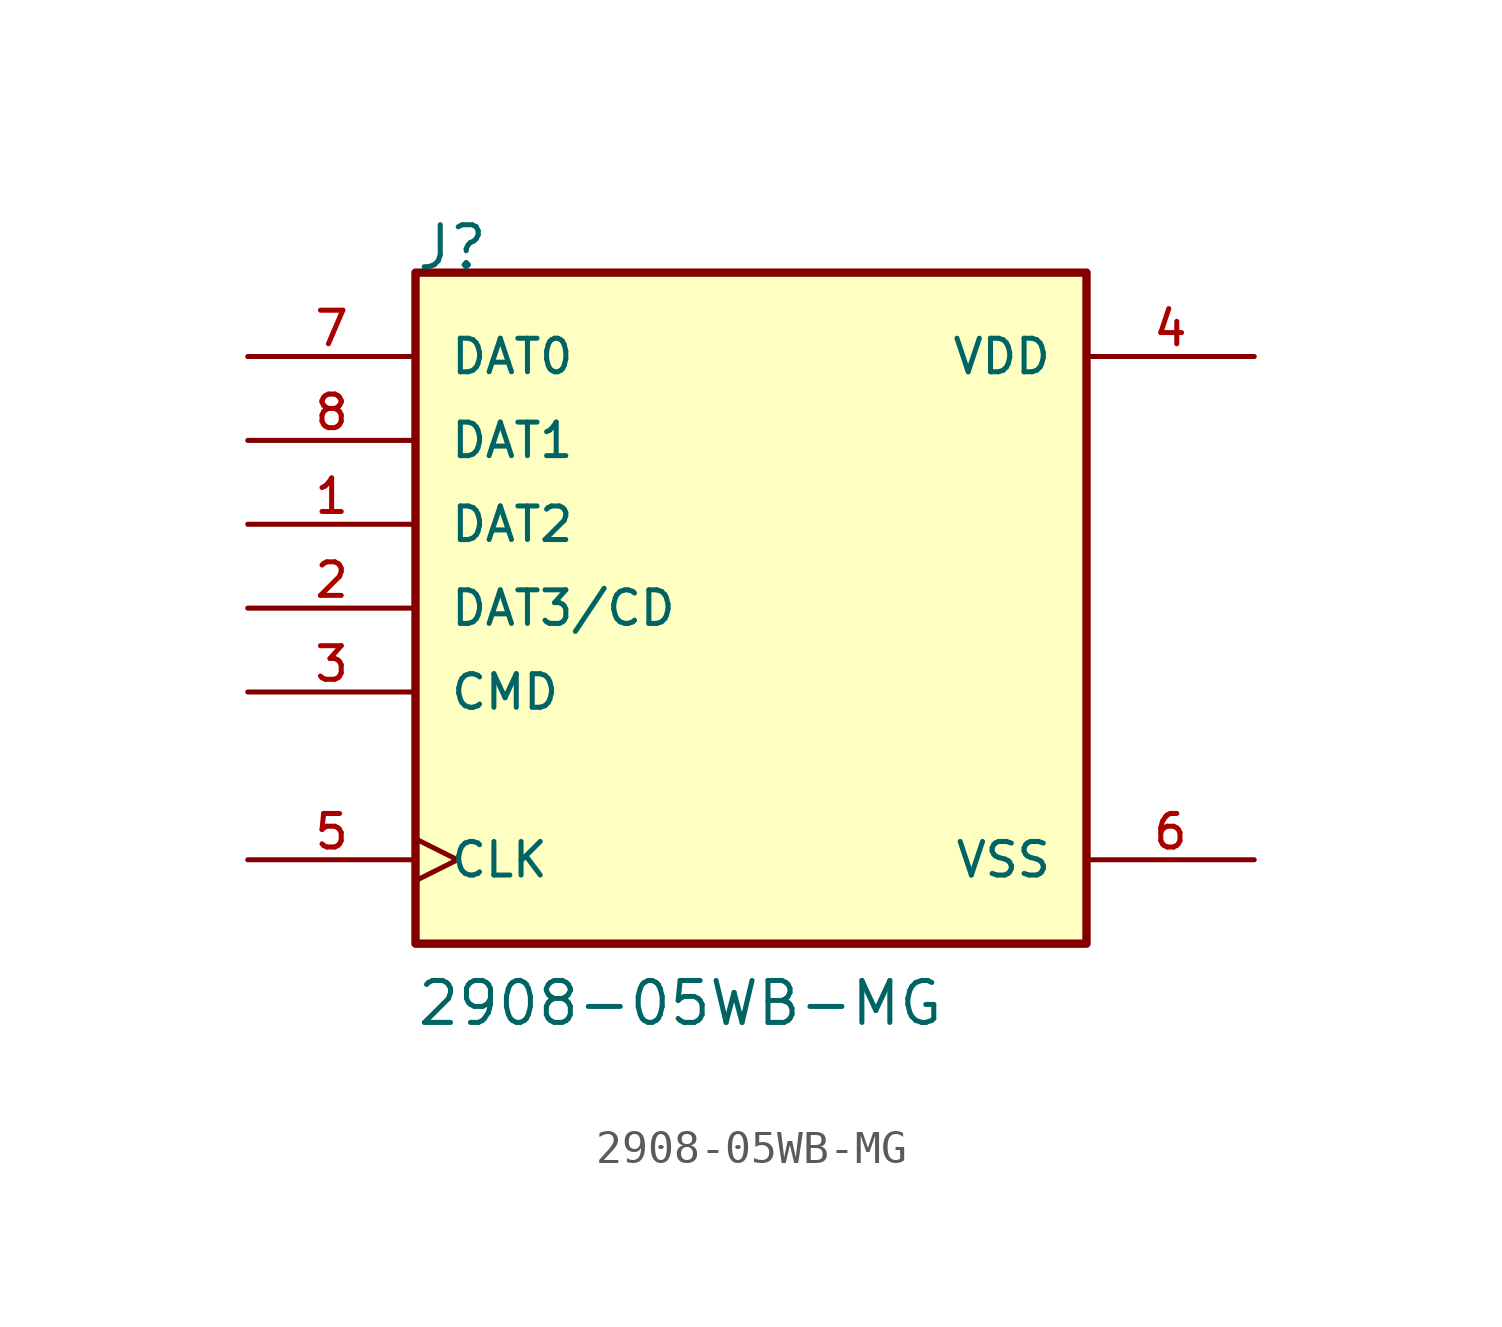
<source format=kicad_sym>
(kicad_symbol_lib
  (version 20211014)
  (generator kicad_symbol_editor)
  (symbol "2908-05WB-MG"
    (pin_names
      (offset 1.016))
    (property "Reference" "J"
      (at -10.176 10.176 0)
      (effects (font (size 1.27 1.27)) (justify bottom left)))
    (property "Value" "2908-05WB-MG"
      (at -10.168 -12.709 0)
      (effects (font (size 1.27 1.27)) (justify bottom left)))
    (symbol "2908-05WB-MG_0_0"
      (rectangle (start -10.16 -10.16) (end 10.16 10.16) (stroke (width 0.254)) (fill (type background)))
      (pin bidirectional line (at -15.24 2.54 0) (length 5.08) (name "DAT2" (effects (font (size 1.016 1.016)))) (number "1" (effects (font (size 1.016 1.016)))))
      (pin bidirectional line (at -15.24 0.0 0) (length 5.08) (name "DAT3/CD" (effects (font (size 1.016 1.016)))) (number "2" (effects (font (size 1.016 1.016)))))
      (pin bidirectional line (at -15.24 -2.54 0) (length 5.08) (name "CMD" (effects (font (size 1.016 1.016)))) (number "3" (effects (font (size 1.016 1.016)))))
      (pin power_in line (at 15.24 7.62 180.0) (length 5.08) (name "VDD" (effects (font (size 1.016 1.016)))) (number "4" (effects (font (size 1.016 1.016)))))
      (pin bidirectional clock (at -15.24 -7.62 0) (length 5.08) (name "CLK" (effects (font (size 1.016 1.016)))) (number "5" (effects (font (size 1.016 1.016)))))
      (pin power_in line (at 15.24 -7.62 180.0) (length 5.08) (name "VSS" (effects (font (size 1.016 1.016)))) (number "6" (effects (font (size 1.016 1.016)))))
      (pin bidirectional line (at -15.24 7.62 0) (length 5.08) (name "DAT0" (effects (font (size 1.016 1.016)))) (number "7" (effects (font (size 1.016 1.016)))))
      (pin bidirectional line (at -15.24 5.08 0) (length 5.08) (name "DAT1" (effects (font (size 1.016 1.016)))) (number "8" (effects (font (size 1.016 1.016))))))))
</source>
